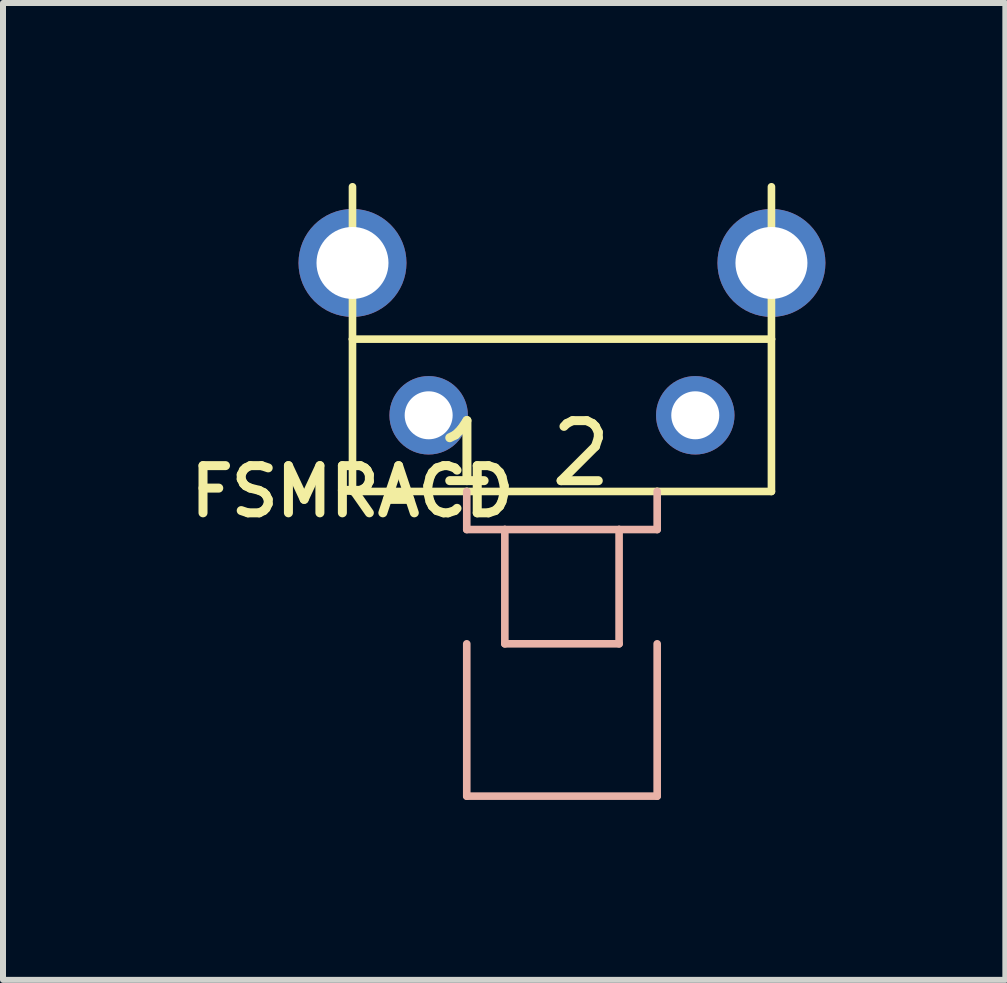
<source format=kicad_pcb>
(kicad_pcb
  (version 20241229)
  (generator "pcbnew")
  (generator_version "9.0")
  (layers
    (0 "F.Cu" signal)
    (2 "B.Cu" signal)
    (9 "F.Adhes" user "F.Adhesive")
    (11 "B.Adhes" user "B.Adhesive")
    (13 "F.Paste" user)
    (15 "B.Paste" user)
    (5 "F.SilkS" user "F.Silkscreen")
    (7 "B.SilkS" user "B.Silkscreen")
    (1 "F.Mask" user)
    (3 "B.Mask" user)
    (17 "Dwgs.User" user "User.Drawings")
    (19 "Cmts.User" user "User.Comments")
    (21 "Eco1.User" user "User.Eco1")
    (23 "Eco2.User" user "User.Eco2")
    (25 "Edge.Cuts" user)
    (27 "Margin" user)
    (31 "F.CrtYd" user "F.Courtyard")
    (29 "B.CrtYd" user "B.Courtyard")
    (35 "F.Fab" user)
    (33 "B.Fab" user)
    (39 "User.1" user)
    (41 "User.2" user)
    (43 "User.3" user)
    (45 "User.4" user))
  (footprint "FSMRACD"
    (layer "F.Cu")
    (at 2.827 5.144)
    (property "Reference" "FSMRACD" (at 0 0 0) (layer "F.SilkS") (effects (font (size 0.787 0.787) (thickness 0.15))))
    (attr through_hole)
    (fp_line (start 0 -5.08) (end 0 -2.54) (stroke (width 0.127) (type solid)) (layer "F.SilkS"))
    (fp_line (start 0 -2.54) (end 0 0) (stroke (width 0.127) (type solid)) (layer "F.SilkS"))
    (fp_line (start 0 -2.54) (end 6.985 -2.54) (stroke (width 0.127) (type solid)) (layer "F.SilkS"))
    (fp_line (start 0 0) (end 1.905 0) (stroke (width 0.127) (type solid)) (layer "F.SilkS"))
    (fp_line (start 5.08 0) (end 1.905 0) (stroke (width 0.127) (type solid)) (layer "F.SilkS"))
    (fp_line (start 5.08 0) (end 6.985 0) (stroke (width 0.127) (type solid)) (layer "F.SilkS"))
    (fp_line (start 6.985 -2.54) (end 6.985 -5.08) (stroke (width 0.127) (type solid)) (layer "F.SilkS"))
    (fp_line (start 6.985 0) (end 6.985 -2.54) (stroke (width 0.127) (type solid)) (layer "F.SilkS"))
    (fp_line (start 1.905 0) (end 1.905 0.635) (stroke (width 0.127) (type solid)) (layer "B.SilkS"))
    (fp_line (start 1.905 0.635) (end 2.54 0.635) (stroke (width 0.127) (type solid)) (layer "B.SilkS"))
    (fp_line (start 1.905 2.54) (end 1.905 5.08) (stroke (width 0.127) (type solid)) (layer "B.SilkS"))
    (fp_line (start 1.905 5.08) (end 5.08 5.08) (stroke (width 0.127) (type solid)) (layer "B.SilkS"))
    (fp_line (start 2.54 0.635) (end 2.54 2.54) (stroke (width 0.127) (type solid)) (layer "B.SilkS"))
    (fp_line (start 2.54 0.635) (end 4.445 0.635) (stroke (width 0.127) (type solid)) (layer "B.SilkS"))
    (fp_line (start 2.54 2.54) (end 4.445 2.54) (stroke (width 0.127) (type solid)) (layer "B.SilkS"))
    (fp_line (start 4.445 2.54) (end 4.445 0.635) (stroke (width 0.127) (type solid)) (layer "B.SilkS"))
    (fp_line (start 5.08 0.635) (end 4.445 0.635) (stroke (width 0.127) (type solid)) (layer "B.SilkS"))
    (fp_line (start 5.08 0.635) (end 5.08 0) (stroke (width 0.127) (type solid)) (layer "B.SilkS"))
    (fp_line (start 5.08 5.08) (end 5.08 2.54) (stroke (width 0.127) (type solid)) (layer "B.SilkS"))
    (fp_text user "2" (at 3.812 -0.635 0) (layer "F.SilkS") (effects (font (size 1.001 1.001) (thickness 0.15))))
    (fp_text user "1" (at 1.908 -0.636 0) (layer "F.SilkS") (effects (font (size 1.002 1.002) (thickness 0.15))))
    (pad "GND1" thru_hole circle (at 0 -3.81) (size 1.8 1.8) (drill 1.2) (layers "*.Cu" "*.Mask"))
    (pad "GND2" thru_hole circle (at 6.985 -3.81) (size 1.8 1.8) (drill 1.2) (layers "*.Cu" "*.Mask"))
    (pad "P$1" thru_hole circle (at 1.27 -1.27) (size 1.308 1.308) (drill 0.8) (layers "*.Cu" "*.Mask"))
    (pad "P$2" thru_hole circle (at 5.715 -1.27) (size 1.308 1.308) (drill 0.8) (layers "*.Cu" "*.Mask")))
  (gr_rect
    (start -3 -3)
    (end 13.712 13.287)
    (stroke (width 0.1) (type default))
    (fill no)
    (layer "Edge.Cuts")))
</source>
